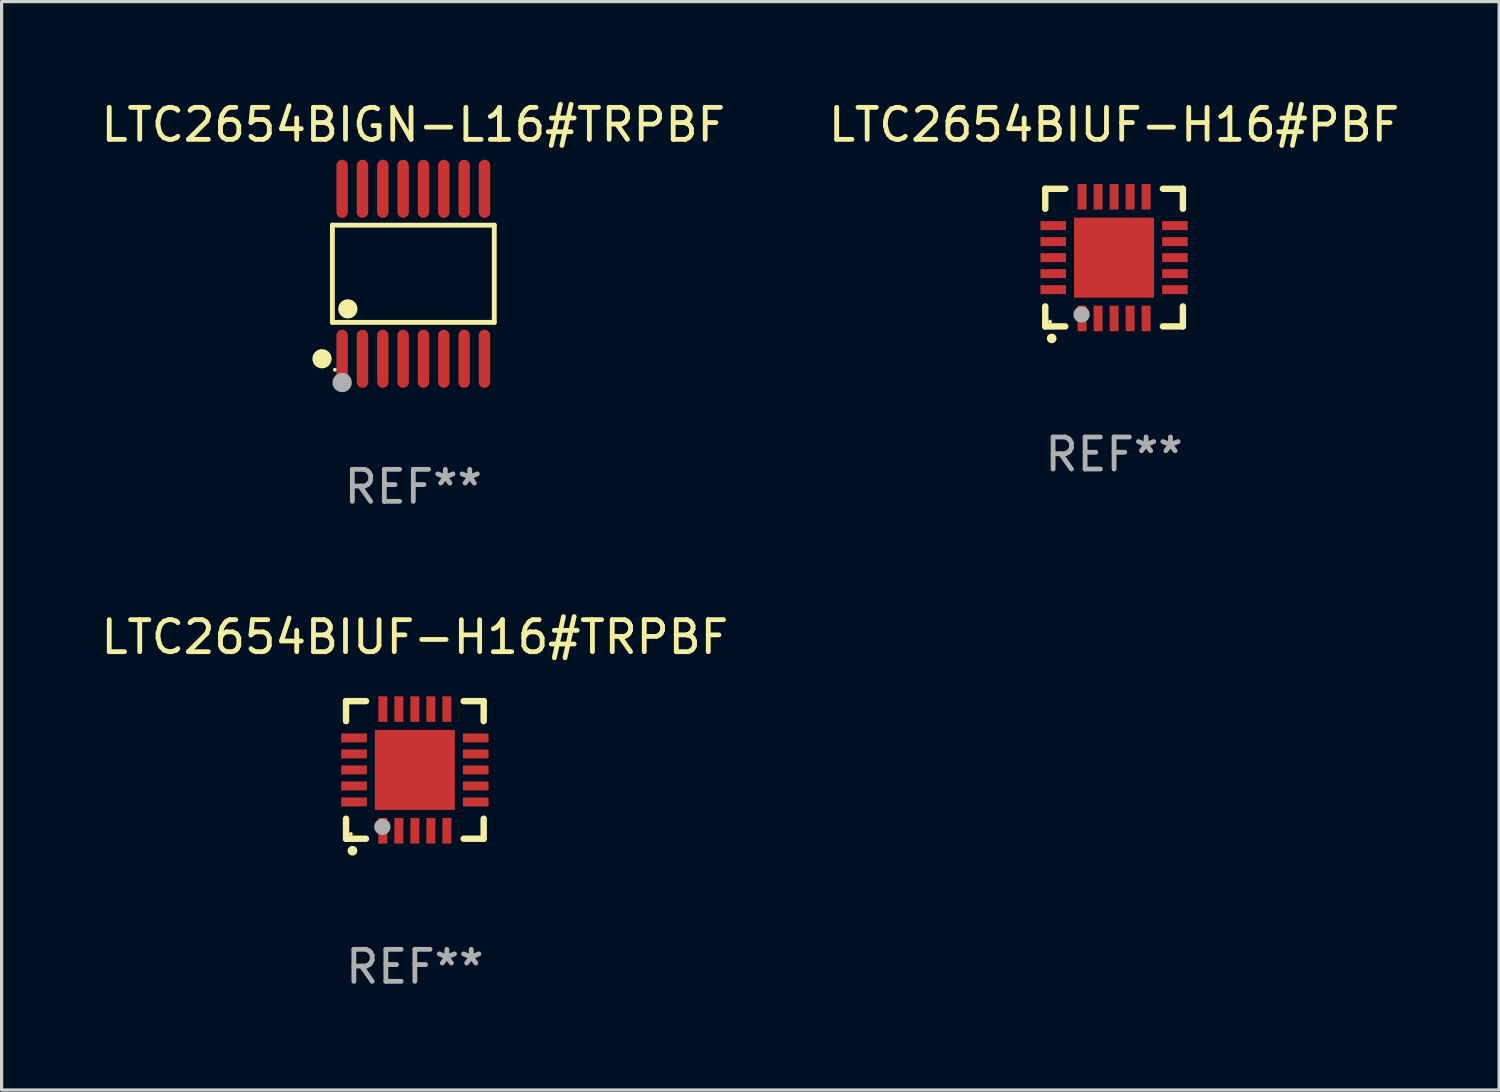
<source format=kicad_pcb>
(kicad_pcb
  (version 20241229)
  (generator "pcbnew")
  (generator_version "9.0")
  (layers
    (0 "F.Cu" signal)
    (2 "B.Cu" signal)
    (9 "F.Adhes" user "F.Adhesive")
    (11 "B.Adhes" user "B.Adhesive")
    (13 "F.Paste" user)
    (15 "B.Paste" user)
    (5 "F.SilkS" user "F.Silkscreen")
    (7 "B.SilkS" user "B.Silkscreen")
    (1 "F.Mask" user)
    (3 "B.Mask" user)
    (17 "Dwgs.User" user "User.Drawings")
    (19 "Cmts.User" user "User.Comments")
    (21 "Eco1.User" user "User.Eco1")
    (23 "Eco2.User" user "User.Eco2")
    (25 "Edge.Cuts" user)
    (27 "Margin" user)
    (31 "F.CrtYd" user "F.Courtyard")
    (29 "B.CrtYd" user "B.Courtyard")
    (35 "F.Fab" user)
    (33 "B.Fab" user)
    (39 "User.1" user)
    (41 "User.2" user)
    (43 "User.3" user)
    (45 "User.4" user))
  (footprint "LTC2654BIUF-H16#TRPBF"
    (layer "F.Cu")
    (at 9.911 21.004)
    (property "Reference" "LTC2654BIUF-H16#TRPBF" (at 0 -4.15 0) (layer "F.SilkS") (effects (font (size 1 1) (thickness 0.15))))
    (attr through_hole)
    (fp_line (start -2.15 -2.15) (end -2.15 -1.525) (stroke (width 0.2) (type solid)) (layer "F.SilkS"))
    (fp_line (start -2.15 2.15) (end -2.15 1.525) (stroke (width 0.2) (type solid)) (layer "F.SilkS"))
    (fp_line (start -1.525 -2.15) (end -2.15 -2.15) (stroke (width 0.2) (type solid)) (layer "F.SilkS"))
    (fp_line (start -1.525 2.15) (end -2.15 2.15) (stroke (width 0.2) (type solid)) (layer "F.SilkS"))
    (fp_line (start 1.525 2.15) (end 2.15 2.15) (stroke (width 0.2) (type solid)) (layer "F.SilkS"))
    (fp_line (start 2.15 -2.15) (end 1.525 -2.15) (stroke (width 0.2) (type solid)) (layer "F.SilkS"))
    (fp_line (start 2.15 -1.525) (end 2.15 -2.15) (stroke (width 0.2) (type solid)) (layer "F.SilkS"))
    (fp_line (start 2.15 2.15) (end 2.15 1.525) (stroke (width 0.2) (type solid)) (layer "F.SilkS"))
    (fp_arc (start -1.950724 2.524765) (mid -1.949454 2.52476) (end -1.948184 2.524765) (stroke (width 0.3) (type solid)) (layer "F.SilkS"))
    (fp_circle (center -2.001 2.001) (end -1.971 2.001) (stroke (width 0.06) (type solid)) (fill no) (layer "F.SilkS"))
    (fp_circle (center -1.016 1.778) (end -0.889 1.778) (stroke (width 0.254) (type solid)) (fill no) (layer "F.Fab"))
    (fp_text user "REF**" (at 0 6.15 0) (layer "F.Fab") (effects (font (size 1 1) (thickness 0.15))))
    (pad "1" smd rect (at -1 1.901) (size 0.28 0.8) (layers "F.Cu" "F.Mask" "F.Paste"))
    (pad "2" smd rect (at -0.5 1.901) (size 0.28 0.8) (layers "F.Cu" "F.Mask" "F.Paste"))
    (pad "3" smd rect (at 0 1.901) (size 0.28 0.8) (layers "F.Cu" "F.Mask" "F.Paste"))
    (pad "4" smd rect (at 0.5 1.901) (size 0.28 0.8) (layers "F.Cu" "F.Mask" "F.Paste"))
    (pad "5" smd rect (at 1 1.901) (size 0.28 0.8) (layers "F.Cu" "F.Mask" "F.Paste"))
    (pad "6" smd rect (at 1.901 1) (size 0.8 0.28) (layers "F.Cu" "F.Mask" "F.Paste"))
    (pad "7" smd rect (at 1.901 0.5) (size 0.8 0.28) (layers "F.Cu" "F.Mask" "F.Paste"))
    (pad "8" smd rect (at 1.901 0) (size 0.8 0.28) (layers "F.Cu" "F.Mask" "F.Paste"))
    (pad "9" smd rect (at 1.901 -0.5) (size 0.8 0.28) (layers "F.Cu" "F.Mask" "F.Paste"))
    (pad "10" smd rect (at 1.901 -1) (size 0.8 0.28) (layers "F.Cu" "F.Mask" "F.Paste"))
    (pad "11" smd rect (at 1 -1.901) (size 0.28 0.8) (layers "F.Cu" "F.Mask" "F.Paste"))
    (pad "12" smd rect (at 0.5 -1.901) (size 0.28 0.8) (layers "F.Cu" "F.Mask" "F.Paste"))
    (pad "13" smd rect (at 0 -1.901) (size 0.28 0.8) (layers "F.Cu" "F.Mask" "F.Paste"))
    (pad "14" smd rect (at -0.5 -1.901) (size 0.28 0.8) (layers "F.Cu" "F.Mask" "F.Paste"))
    (pad "15" smd rect (at -1 -1.901) (size 0.28 0.8) (layers "F.Cu" "F.Mask" "F.Paste"))
    (pad "16" smd rect (at -1.901 -1) (size 0.8 0.28) (layers "F.Cu" "F.Mask" "F.Paste"))
    (pad "17" smd rect (at -1.901 -0.5) (size 0.8 0.28) (layers "F.Cu" "F.Mask" "F.Paste"))
    (pad "18" smd rect (at -1.901 0) (size 0.8 0.28) (layers "F.Cu" "F.Mask" "F.Paste"))
    (pad "19" smd rect (at -1.901 0.5) (size 0.8 0.28) (layers "F.Cu" "F.Mask" "F.Paste"))
    (pad "20" smd rect (at -1.901 1) (size 0.8 0.28) (layers "F.Cu" "F.Mask" "F.Paste"))
    (pad "21" smd rect (at 0 0) (size 2.5 2.5) (layers "F.Cu" "F.Mask" "F.Paste")))
  (footprint "LTC2654BIUF-H16#PBF"
    (layer "F.Cu")
    (at 31.756 4.998)
    (property "Reference" "LTC2654BIUF-H16#PBF" (at 0 -4.15 0) (layer "F.SilkS") (effects (font (size 1 1) (thickness 0.15))))
    (attr through_hole)
    (fp_line (start -2.15 -2.15) (end -2.15 -1.525) (stroke (width 0.2) (type solid)) (layer "F.SilkS"))
    (fp_line (start -2.15 2.15) (end -2.15 1.525) (stroke (width 0.2) (type solid)) (layer "F.SilkS"))
    (fp_line (start -1.525 -2.15) (end -2.15 -2.15) (stroke (width 0.2) (type solid)) (layer "F.SilkS"))
    (fp_line (start -1.525 2.15) (end -2.15 2.15) (stroke (width 0.2) (type solid)) (layer "F.SilkS"))
    (fp_line (start 1.525 2.15) (end 2.15 2.15) (stroke (width 0.2) (type solid)) (layer "F.SilkS"))
    (fp_line (start 2.15 -2.15) (end 1.525 -2.15) (stroke (width 0.2) (type solid)) (layer "F.SilkS"))
    (fp_line (start 2.15 -1.525) (end 2.15 -2.15) (stroke (width 0.2) (type solid)) (layer "F.SilkS"))
    (fp_line (start 2.15 2.15) (end 2.15 1.525) (stroke (width 0.2) (type solid)) (layer "F.SilkS"))
    (fp_arc (start -1.950724 2.524765) (mid -1.949454 2.52476) (end -1.948184 2.524765) (stroke (width 0.3) (type solid)) (layer "F.SilkS"))
    (fp_circle (center -2.001 2.001) (end -1.971 2.001) (stroke (width 0.06) (type solid)) (fill no) (layer "F.SilkS"))
    (fp_circle (center -1.016 1.778) (end -0.889 1.778) (stroke (width 0.254) (type solid)) (fill no) (layer "F.Fab"))
    (fp_text user "REF**" (at 0 6.15 0) (layer "F.Fab") (effects (font (size 1 1) (thickness 0.15))))
    (pad "1" smd rect (at -1 1.901) (size 0.28 0.8) (layers "F.Cu" "F.Mask" "F.Paste"))
    (pad "2" smd rect (at -0.5 1.901) (size 0.28 0.8) (layers "F.Cu" "F.Mask" "F.Paste"))
    (pad "3" smd rect (at 0 1.901) (size 0.28 0.8) (layers "F.Cu" "F.Mask" "F.Paste"))
    (pad "4" smd rect (at 0.5 1.901) (size 0.28 0.8) (layers "F.Cu" "F.Mask" "F.Paste"))
    (pad "5" smd rect (at 1 1.901) (size 0.28 0.8) (layers "F.Cu" "F.Mask" "F.Paste"))
    (pad "6" smd rect (at 1.901 1) (size 0.8 0.28) (layers "F.Cu" "F.Mask" "F.Paste"))
    (pad "7" smd rect (at 1.901 0.5) (size 0.8 0.28) (layers "F.Cu" "F.Mask" "F.Paste"))
    (pad "8" smd rect (at 1.901 0) (size 0.8 0.28) (layers "F.Cu" "F.Mask" "F.Paste"))
    (pad "9" smd rect (at 1.901 -0.5) (size 0.8 0.28) (layers "F.Cu" "F.Mask" "F.Paste"))
    (pad "10" smd rect (at 1.901 -1) (size 0.8 0.28) (layers "F.Cu" "F.Mask" "F.Paste"))
    (pad "11" smd rect (at 1 -1.901) (size 0.28 0.8) (layers "F.Cu" "F.Mask" "F.Paste"))
    (pad "12" smd rect (at 0.5 -1.901) (size 0.28 0.8) (layers "F.Cu" "F.Mask" "F.Paste"))
    (pad "13" smd rect (at 0 -1.901) (size 0.28 0.8) (layers "F.Cu" "F.Mask" "F.Paste"))
    (pad "14" smd rect (at -0.5 -1.901) (size 0.28 0.8) (layers "F.Cu" "F.Mask" "F.Paste"))
    (pad "15" smd rect (at -1 -1.901) (size 0.28 0.8) (layers "F.Cu" "F.Mask" "F.Paste"))
    (pad "16" smd rect (at -1.901 -1) (size 0.8 0.28) (layers "F.Cu" "F.Mask" "F.Paste"))
    (pad "17" smd rect (at -1.901 -0.5) (size 0.8 0.28) (layers "F.Cu" "F.Mask" "F.Paste"))
    (pad "18" smd rect (at -1.901 0) (size 0.8 0.28) (layers "F.Cu" "F.Mask" "F.Paste"))
    (pad "19" smd rect (at -1.901 0.5) (size 0.8 0.28) (layers "F.Cu" "F.Mask" "F.Paste"))
    (pad "20" smd rect (at -1.901 1) (size 0.8 0.28) (layers "F.Cu" "F.Mask" "F.Paste"))
    (pad "21" smd rect (at 0 0) (size 2.5 2.5) (layers "F.Cu" "F.Mask" "F.Paste")))
  (footprint "LTC2654BIGN-L16#TRPBF"
    (layer "F.Cu")
    (at 9.863 5.503)
    (property "Reference" "LTC2654BIGN-L16#TRPBF" (at 0 -4.655 0) (layer "F.SilkS") (effects (font (size 1 1) (thickness 0.15))))
    (attr through_hole)
    (fp_line (start -2.529 -1.519) (end 2.529 -1.519) (stroke (width 0.152) (type solid)) (layer "F.SilkS"))
    (fp_line (start -2.529 1.519) (end -2.529 -1.519) (stroke (width 0.152) (type solid)) (layer "F.SilkS"))
    (fp_line (start 2.529 -1.519) (end 2.529 1.519) (stroke (width 0.152) (type solid)) (layer "F.SilkS"))
    (fp_line (start 2.529 1.519) (end -2.529 1.519) (stroke (width 0.152) (type solid)) (layer "F.SilkS"))
    (fp_circle (center -2.853 2.655) (end -2.703 2.655) (stroke (width 0.3) (type solid)) (fill no) (layer "F.SilkS"))
    (fp_circle (center -2.453 2.998) (end -2.423 2.998) (stroke (width 0.06) (type solid)) (fill no) (layer "F.SilkS"))
    (fp_circle (center -2.045 1.097) (end -1.895 1.097) (stroke (width 0.3) (type solid)) (fill no) (layer "F.SilkS"))
    (fp_circle (center -2.223 3.398) (end -2.072 3.398) (stroke (width 0.3) (type solid)) (fill no) (layer "F.Fab"))
    (fp_text user "REF**" (at 0 6.655 0) (layer "F.Fab") (effects (font (size 1 1) (thickness 0.15))))
    (pad "1" smd oval (at -2.223 2.655) (size 0.356 1.815) (layers "F.Cu" "F.Mask" "F.Paste"))
    (pad "2" smd oval (at -1.588 2.655) (size 0.356 1.815) (layers "F.Cu" "F.Mask" "F.Paste"))
    (pad "3" smd oval (at -0.953 2.655) (size 0.356 1.815) (layers "F.Cu" "F.Mask" "F.Paste"))
    (pad "4" smd oval (at -0.318 2.655) (size 0.356 1.815) (layers "F.Cu" "F.Mask" "F.Paste"))
    (pad "5" smd oval (at 0.318 2.655) (size 0.356 1.815) (layers "F.Cu" "F.Mask" "F.Paste"))
    (pad "6" smd oval (at 0.953 2.655) (size 0.356 1.815) (layers "F.Cu" "F.Mask" "F.Paste"))
    (pad "7" smd oval (at 1.588 2.655) (size 0.356 1.815) (layers "F.Cu" "F.Mask" "F.Paste"))
    (pad "8" smd oval (at 2.223 2.655) (size 0.356 1.815) (layers "F.Cu" "F.Mask" "F.Paste"))
    (pad "9" smd oval (at 2.223 -2.655) (size 0.356 1.815) (layers "F.Cu" "F.Mask" "F.Paste"))
    (pad "10" smd oval (at 1.588 -2.655) (size 0.356 1.815) (layers "F.Cu" "F.Mask" "F.Paste"))
    (pad "11" smd oval (at 0.953 -2.655) (size 0.356 1.815) (layers "F.Cu" "F.Mask" "F.Paste"))
    (pad "12" smd oval (at 0.318 -2.655) (size 0.356 1.815) (layers "F.Cu" "F.Mask" "F.Paste"))
    (pad "13" smd oval (at -0.318 -2.655) (size 0.356 1.815) (layers "F.Cu" "F.Mask" "F.Paste"))
    (pad "14" smd oval (at -0.953 -2.655) (size 0.356 1.815) (layers "F.Cu" "F.Mask" "F.Paste"))
    (pad "15" smd oval (at -1.588 -2.655) (size 0.356 1.815) (layers "F.Cu" "F.Mask" "F.Paste"))
    (pad "16" smd oval (at -2.223 -2.655) (size 0.356 1.815) (layers "F.Cu" "F.Mask" "F.Paste")))
  (gr_rect
    (start -3 -3)
    (end 43.786 31.003)
    (stroke (width 0.1) (type default))
    (fill no)
    (layer "Edge.Cuts")))
</source>
